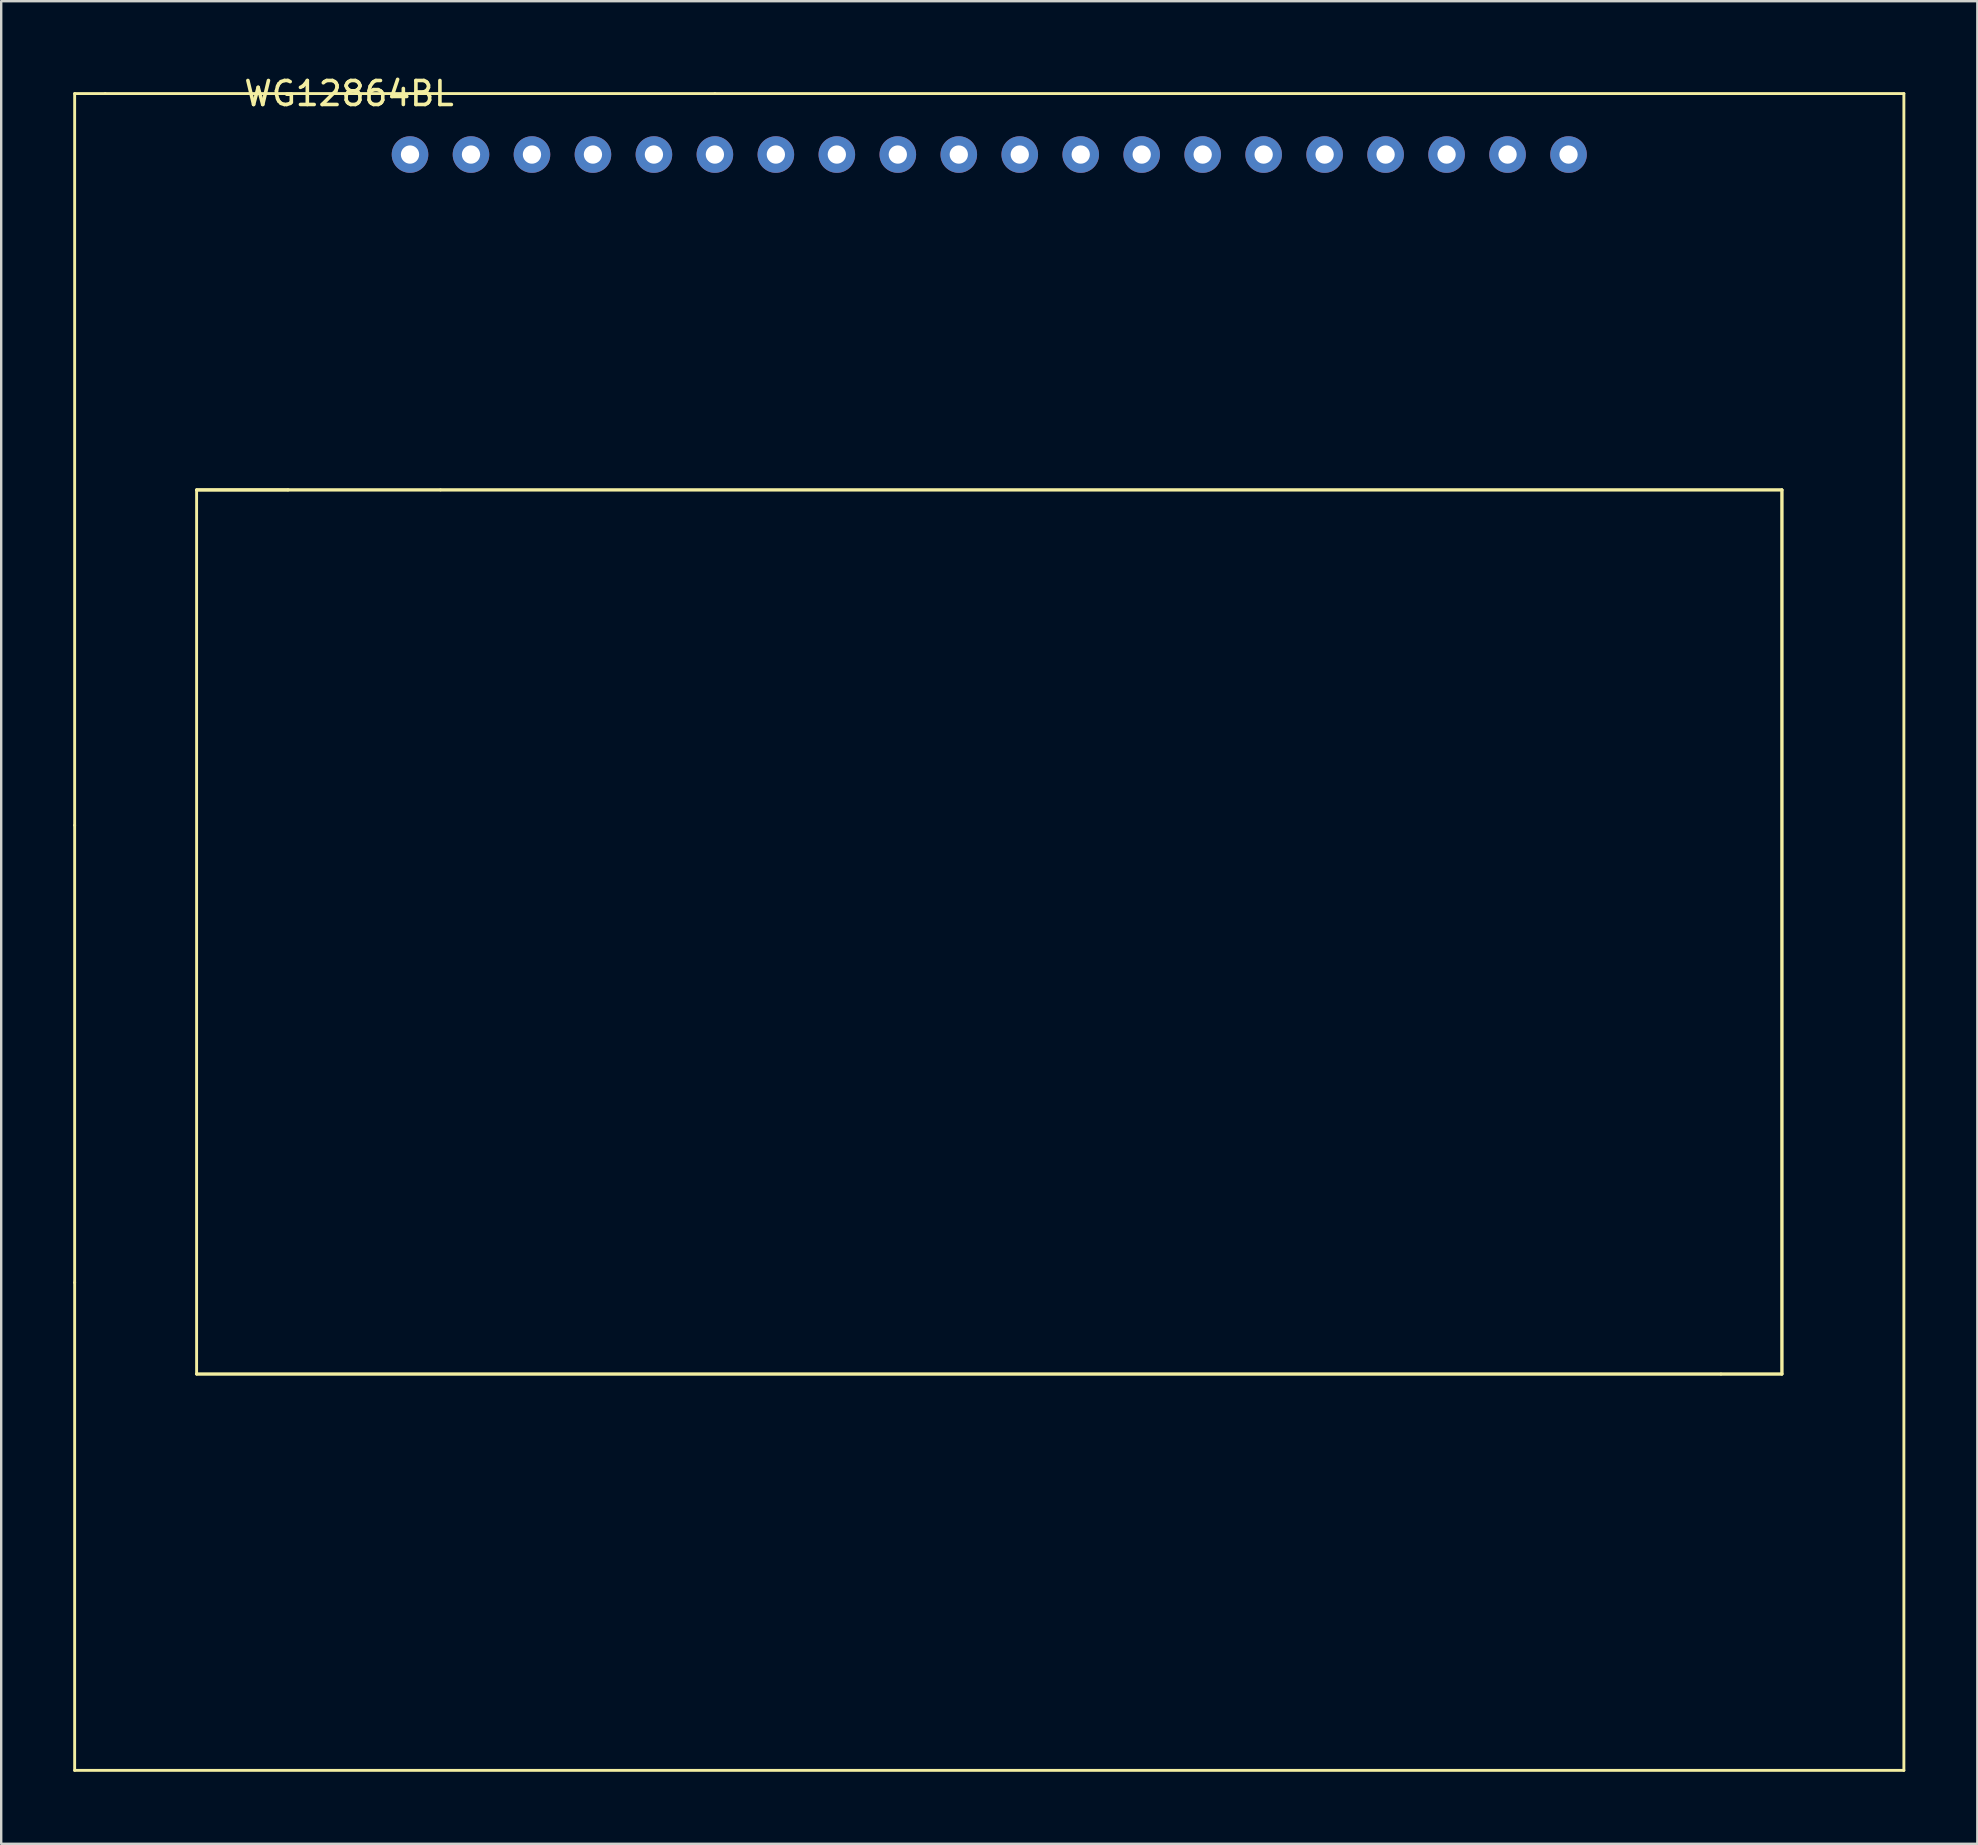
<source format=kicad_pcb>
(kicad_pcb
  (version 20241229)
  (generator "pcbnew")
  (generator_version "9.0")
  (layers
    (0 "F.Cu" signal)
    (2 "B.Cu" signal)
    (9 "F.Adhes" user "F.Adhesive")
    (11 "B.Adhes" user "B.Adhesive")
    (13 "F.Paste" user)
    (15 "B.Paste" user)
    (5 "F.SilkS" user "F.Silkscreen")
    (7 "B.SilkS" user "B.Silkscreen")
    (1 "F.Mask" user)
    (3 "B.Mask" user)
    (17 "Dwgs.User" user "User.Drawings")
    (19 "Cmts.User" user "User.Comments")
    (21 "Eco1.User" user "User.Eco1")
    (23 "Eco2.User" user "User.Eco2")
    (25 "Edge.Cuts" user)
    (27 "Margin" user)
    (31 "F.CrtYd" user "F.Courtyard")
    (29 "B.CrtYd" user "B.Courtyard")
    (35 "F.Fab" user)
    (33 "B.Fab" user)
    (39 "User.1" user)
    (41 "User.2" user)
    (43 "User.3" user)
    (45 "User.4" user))
  (footprint "WG12864BL"
    (layer "F.Cu")
    (at 22.92 14.818)
    (property "Reference" "WG12864BL" (at -11.43 -13.97 0) (layer "F.SilkS") (effects (font (size 1 1) (thickness 0.15))))
    (attr through_hole)
    (fp_line (start -22.86 -13.97) (end -22.86 16.51) (stroke (width 0.12) (type solid)) (layer "F.SilkS"))
    (fp_line (start -22.86 16.51) (end -22.86 35.56) (stroke (width 0.12) (type solid)) (layer "F.SilkS"))
    (fp_line (start -22.86 55.88) (end -22.86 35.56) (stroke (width 0.12) (type solid)) (layer "F.SilkS"))
    (fp_line (start -21.59 -13.97) (end -22.86 -13.97) (stroke (width 0.12) (type solid)) (layer "F.SilkS"))
    (fp_line (start -17.78 2.54) (end -13.97 2.54) (stroke (width 0.12) (type solid)) (layer "F.SilkS"))
    (fp_line (start -17.78 2.54) (end 48.26 2.54) (stroke (width 0.12) (type solid)) (layer "F.SilkS"))
    (fp_line (start -17.78 39.37) (end -17.78 2.54) (stroke (width 0.12) (type solid)) (layer "F.SilkS"))
    (fp_line (start -17.78 39.37) (end 45.72 39.37) (stroke (width 0.12) (type solid)) (layer "F.SilkS"))
    (fp_line (start -13.97 2.54) (end -17.78 2.54) (stroke (width 0.12) (type solid)) (layer "F.SilkS"))
    (fp_line (start -13.97 2.54) (end -7.62 2.54) (stroke (width 0.12) (type solid)) (layer "F.SilkS"))
    (fp_line (start -8.89 -13.97) (end -21.59 -13.97) (stroke (width 0.12) (type solid)) (layer "F.SilkS"))
    (fp_line (start -8.89 -13.97) (end 3.81 -13.97) (stroke (width 0.12) (type solid)) (layer "F.SilkS"))
    (fp_line (start 3.81 -13.97) (end 53.34 -13.97) (stroke (width 0.12) (type solid)) (layer "F.SilkS"))
    (fp_line (start 45.72 39.37) (end 48.26 39.37) (stroke (width 0.12) (type solid)) (layer "F.SilkS"))
    (fp_line (start 48.26 2.54) (end -7.62 2.54) (stroke (width 0.12) (type solid)) (layer "F.SilkS"))
    (fp_line (start 48.26 2.54) (end 48.26 39.37) (stroke (width 0.12) (type solid)) (layer "F.SilkS"))
    (fp_line (start 48.26 39.37) (end -17.78 39.37) (stroke (width 0.12) (type solid)) (layer "F.SilkS"))
    (fp_line (start 48.26 39.37) (end 48.26 2.54) (stroke (width 0.12) (type solid)) (layer "F.SilkS"))
    (fp_line (start 53.34 -13.97) (end 53.34 55.88) (stroke (width 0.12) (type solid)) (layer "F.SilkS"))
    (fp_line (start 53.34 55.88) (end -22.86 55.88) (stroke (width 0.12) (type solid)) (layer "F.SilkS"))
    (pad "1" thru_hole circle (at -8.89 -11.43) (size 1.524 1.524) (drill 0.762) (layers "*.Cu" "*.Mask"))
    (pad "2" thru_hole circle (at -6.35 -11.43) (size 1.524 1.524) (drill 0.762) (layers "*.Cu" "*.Mask"))
    (pad "3" thru_hole circle (at -3.81 -11.43) (size 1.524 1.524) (drill 0.762) (layers "*.Cu" "*.Mask"))
    (pad "4" thru_hole circle (at -1.27 -11.43) (size 1.524 1.524) (drill 0.762) (layers "*.Cu" "*.Mask"))
    (pad "5" thru_hole circle (at 1.27 -11.43) (size 1.524 1.524) (drill 0.762) (layers "*.Cu" "*.Mask"))
    (pad "6" thru_hole circle (at 3.81 -11.43) (size 1.524 1.524) (drill 0.762) (layers "*.Cu" "*.Mask"))
    (pad "7" thru_hole circle (at 6.35 -11.43) (size 1.524 1.524) (drill 0.762) (layers "*.Cu" "*.Mask"))
    (pad "8" thru_hole circle (at 8.89 -11.43) (size 1.524 1.524) (drill 0.762) (layers "*.Cu" "*.Mask"))
    (pad "9" thru_hole circle (at 11.43 -11.43) (size 1.524 1.524) (drill 0.762) (layers "*.Cu" "*.Mask"))
    (pad "10" thru_hole circle (at 13.97 -11.43) (size 1.524 1.524) (drill 0.762) (layers "*.Cu" "*.Mask"))
    (pad "11" thru_hole circle (at 16.51 -11.43) (size 1.524 1.524) (drill 0.762) (layers "*.Cu" "*.Mask"))
    (pad "12" thru_hole circle (at 19.05 -11.43) (size 1.524 1.524) (drill 0.762) (layers "*.Cu" "*.Mask"))
    (pad "13" thru_hole circle (at 21.59 -11.43) (size 1.524 1.524) (drill 0.762) (layers "*.Cu" "*.Mask"))
    (pad "14" thru_hole circle (at 24.13 -11.43) (size 1.524 1.524) (drill 0.762) (layers "*.Cu" "*.Mask"))
    (pad "15" thru_hole circle (at 26.67 -11.43) (size 1.524 1.524) (drill 0.762) (layers "*.Cu" "*.Mask"))
    (pad "16" thru_hole circle (at 29.21 -11.43) (size 1.524 1.524) (drill 0.762) (layers "*.Cu" "*.Mask"))
    (pad "17" thru_hole circle (at 31.75 -11.43) (size 1.524 1.524) (drill 0.762) (layers "*.Cu" "*.Mask"))
    (pad "18" thru_hole circle (at 34.29 -11.43) (size 1.524 1.524) (drill 0.762) (layers "*.Cu" "*.Mask"))
    (pad "19" thru_hole circle (at 36.83 -11.43) (size 1.524 1.524) (drill 0.762) (layers "*.Cu" "*.Mask"))
    (pad "20" thru_hole circle (at 39.37 -11.43) (size 1.524 1.524) (drill 0.762) (layers "*.Cu" "*.Mask")))
  (gr_rect
    (start -3 -3)
    (end 79.32 73.758)
    (stroke (width 0.1) (type default))
    (fill no)
    (layer "Edge.Cuts")))
</source>
